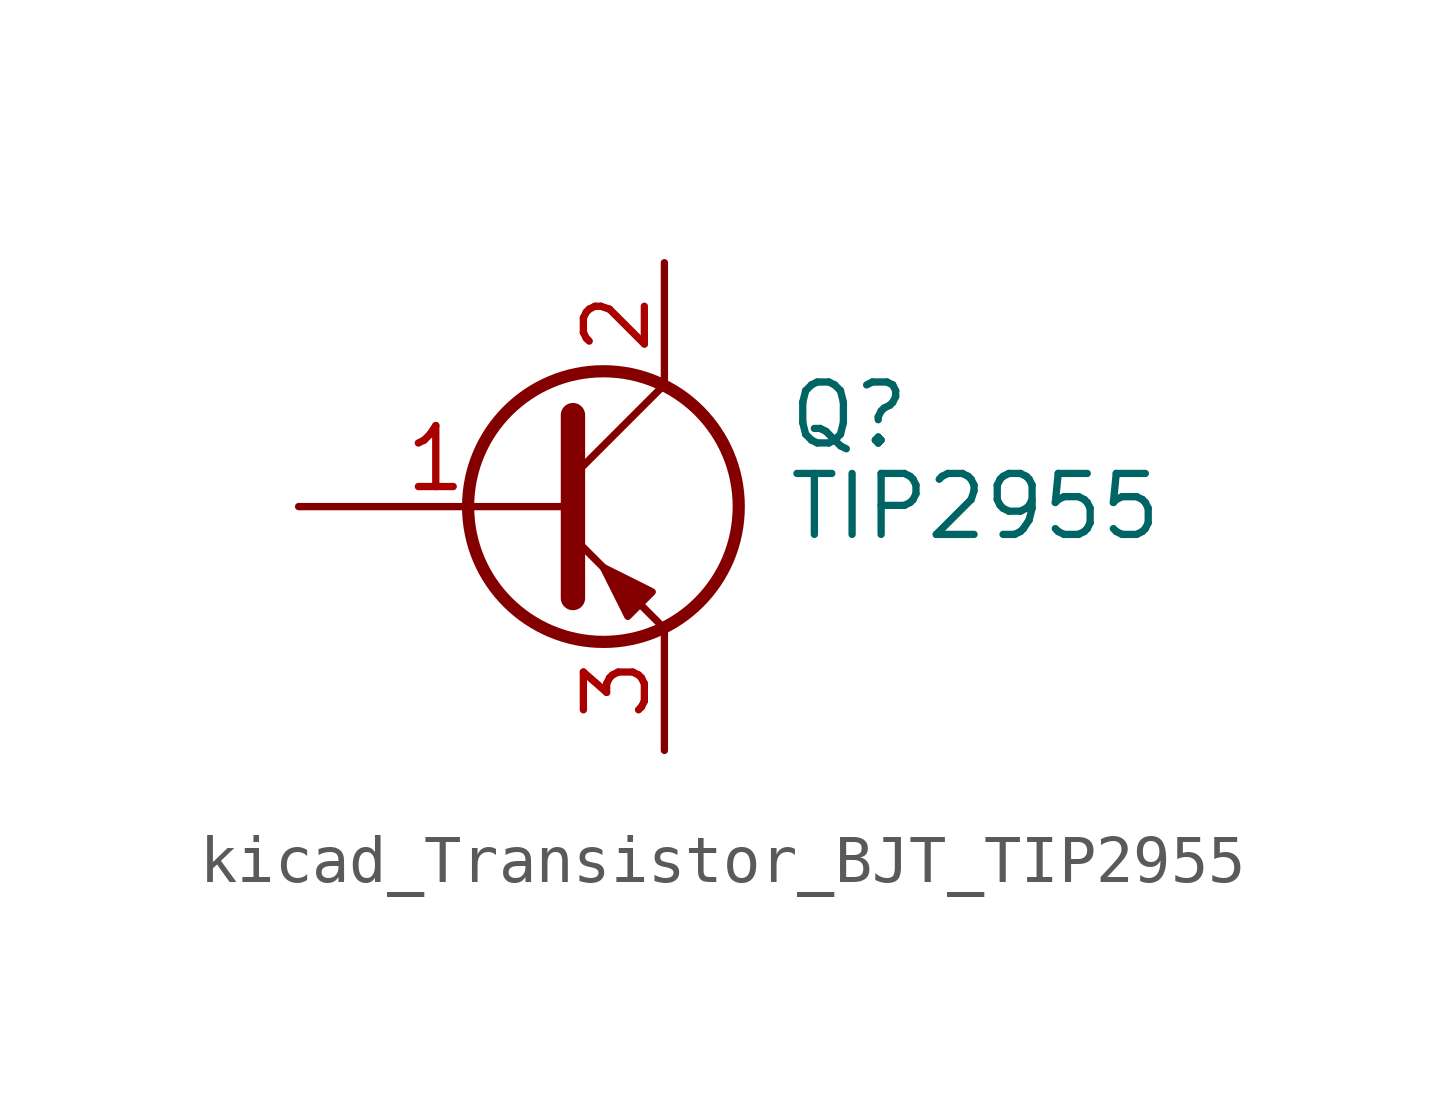
<source format=kicad_sym>
(kicad_symbol_lib
  (version 20220914)
  (generator kicad_symbol_editor)
  (symbol "kicad_Transistor_BJT_TIP2955"
    (pin_names
      (offset 0) hide)
    (property "Reference" "Q"
      (at 5.08 1.905 0)
      (effects (font (size 1.27 1.27)) (justify left)))
    (property "Value" "TIP2955"
      (at 5.08 0 0)
      (effects (font (size 1.27 1.27)) (justify left)))
    (symbol "kicad_Transistor_BJT_TIP2955_0_1"
      (polyline (pts (xy 0.635 0.635) (xy 2.54 2.54)) (stroke (width 0) (type default)) (fill (type none)))
      (polyline (pts (xy 0.635 -0.635) (xy 2.54 -2.54) (xy 2.54 -2.54)) (stroke (width 0) (type default)) (fill (type none)))
      (polyline (pts (xy 0.635 1.905) (xy 0.635 -1.905) (xy 0.635 -1.905)) (stroke (width 0.508) (type default)) (fill (type none)))
      (polyline (pts (xy 2.286 -1.778) (xy 1.778 -2.286) (xy 1.27 -1.27) (xy 2.286 -1.778) (xy 2.286 -1.778)) (stroke (width 0) (type default)) (fill (type outline)))
      (circle (center 1.27 0) (radius 2.819) (stroke (width 0.254) (type default)) (fill (type none))))
    (symbol "kicad_Transistor_BJT_TIP2955_1_1"
      (pin input line (at -5.08 0 0) (length 5.715) (name "B" (effects (font (size 1.27 1.27)))) (number "1" (effects (font (size 1.27 1.27)))))
      (pin passive line (at 2.54 5.08 270) (length 2.54) (name "C" (effects (font (size 1.27 1.27)))) (number "2" (effects (font (size 1.27 1.27)))))
      (pin passive line (at 2.54 -5.08 90) (length 2.54) (name "E" (effects (font (size 1.27 1.27)))) (number "3" (effects (font (size 1.27 1.27))))))))
</source>
